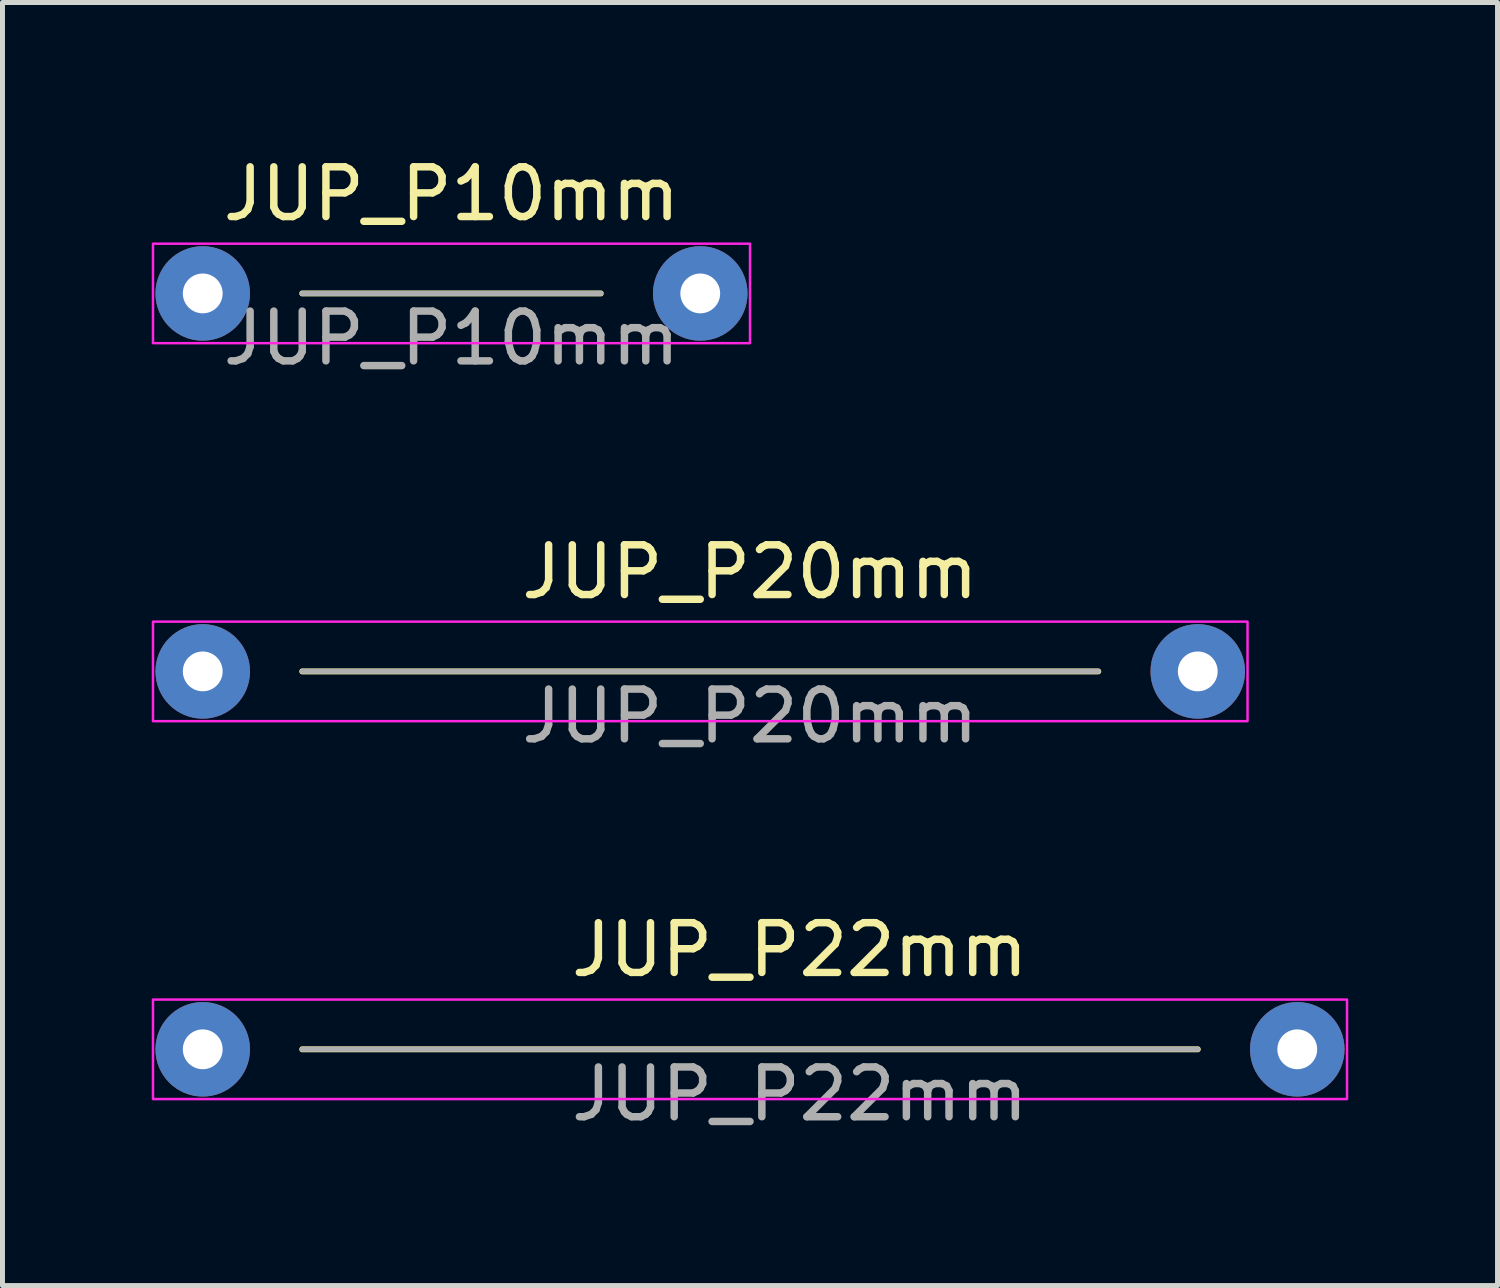
<source format=kicad_pcb>
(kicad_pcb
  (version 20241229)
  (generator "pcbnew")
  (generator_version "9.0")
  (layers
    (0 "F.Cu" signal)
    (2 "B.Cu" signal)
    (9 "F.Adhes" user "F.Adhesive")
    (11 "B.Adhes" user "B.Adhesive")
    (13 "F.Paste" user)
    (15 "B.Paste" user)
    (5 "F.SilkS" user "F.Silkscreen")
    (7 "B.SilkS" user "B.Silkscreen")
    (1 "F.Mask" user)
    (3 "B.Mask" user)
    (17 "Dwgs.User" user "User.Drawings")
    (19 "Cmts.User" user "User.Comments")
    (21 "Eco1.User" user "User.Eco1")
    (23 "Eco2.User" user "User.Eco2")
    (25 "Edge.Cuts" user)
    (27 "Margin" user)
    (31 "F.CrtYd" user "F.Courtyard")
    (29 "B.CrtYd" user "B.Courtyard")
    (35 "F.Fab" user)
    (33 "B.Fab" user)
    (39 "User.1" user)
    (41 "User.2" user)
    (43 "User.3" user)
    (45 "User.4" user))
  (footprint "JUP_P10mm"
    (layer "F.Cu")
    (at 6.025 2.848)
    (property "Reference" "JUP_P10mm" (at 0 -2 0) (unlocked yes) (layer "F.SilkS") (effects (font (size 1 1) (thickness 0.15))))
    (attr through_hole)
    (fp_line (start -3 0) (end 3 0) (stroke (width 0.12) (type solid)) (layer "F.SilkS"))
    (fp_rect (start -6 -1) (end 6 1) (stroke (width 0.05) (type solid)) (fill no) (layer "F.CrtYd"))
    (fp_line (start -3 0) (end 3 0) (stroke (width 0.1) (type solid)) (layer "F.Fab"))
    (fp_text user "${REFERENCE}" (at 0 0.9 0) (unlocked yes) (layer "F.Fab") (effects (font (size 1 1) (thickness 0.15))))
    (pad "1" thru_hole circle (at -5 0) (size 1.9 1.9) (drill 0.8) (layers "*.Cu" "*.Mask"))
    (pad "2" thru_hole circle (at 5 0) (size 1.9 1.9) (drill 0.8) (layers "*.Cu" "*.Mask")))
  (footprint "JUP_P20mm"
    (layer "F.Cu")
    (at 11.025 10.445)
    (property "Reference" "JUP_P20mm" (at 1 -2 0) (unlocked yes) (layer "F.SilkS") (effects (font (size 1 1) (thickness 0.15))))
    (attr through_hole)
    (fp_line (start -8 0) (end 8 0) (stroke (width 0.12) (type solid)) (layer "F.SilkS"))
    (fp_rect (start -11 -1) (end 11 1) (stroke (width 0.05) (type solid)) (fill no) (layer "F.CrtYd"))
    (fp_line (start -8 0) (end 8 0) (stroke (width 0.1) (type solid)) (layer "F.Fab"))
    (fp_text user "${REFERENCE}" (at 1 0.9 0) (unlocked yes) (layer "F.Fab") (effects (font (size 1 1) (thickness 0.15))))
    (pad "1" thru_hole circle (at -10 0) (size 1.9 1.9) (drill 0.8) (layers "*.Cu" "*.Mask"))
    (pad "2" thru_hole circle (at 10 0) (size 1.9 1.9) (drill 0.8) (layers "*.Cu" "*.Mask")))
  (footprint "JUP_P22mm"
    (layer "F.Cu")
    (at 12.025 18.041)
    (property "Reference" "JUP_P22mm" (at 1 -2 0) (unlocked yes) (layer "F.SilkS") (effects (font (size 1 1) (thickness 0.15))))
    (attr through_hole)
    (fp_line (start -9 0) (end 9 0) (stroke (width 0.12) (type solid)) (layer "F.SilkS"))
    (fp_rect (start -12 -1) (end 12 1) (stroke (width 0.05) (type solid)) (fill no) (layer "F.CrtYd"))
    (fp_line (start -9 0) (end 9 0) (stroke (width 0.1) (type solid)) (layer "F.Fab"))
    (fp_text user "${REFERENCE}" (at 1 0.9 0) (unlocked yes) (layer "F.Fab") (effects (font (size 1 1) (thickness 0.15))))
    (pad "1" thru_hole circle (at -11 0) (size 1.9 1.9) (drill 0.8) (layers "*.Cu" "*.Mask"))
    (pad "2" thru_hole circle (at 11 0) (size 1.9 1.9) (drill 0.8) (layers "*.Cu" "*.Mask")))
  (gr_rect
    (start -3 -3)
    (end 27.05 22.79)
    (stroke (width 0.1) (type default))
    (fill no)
    (layer "Edge.Cuts")))
</source>
